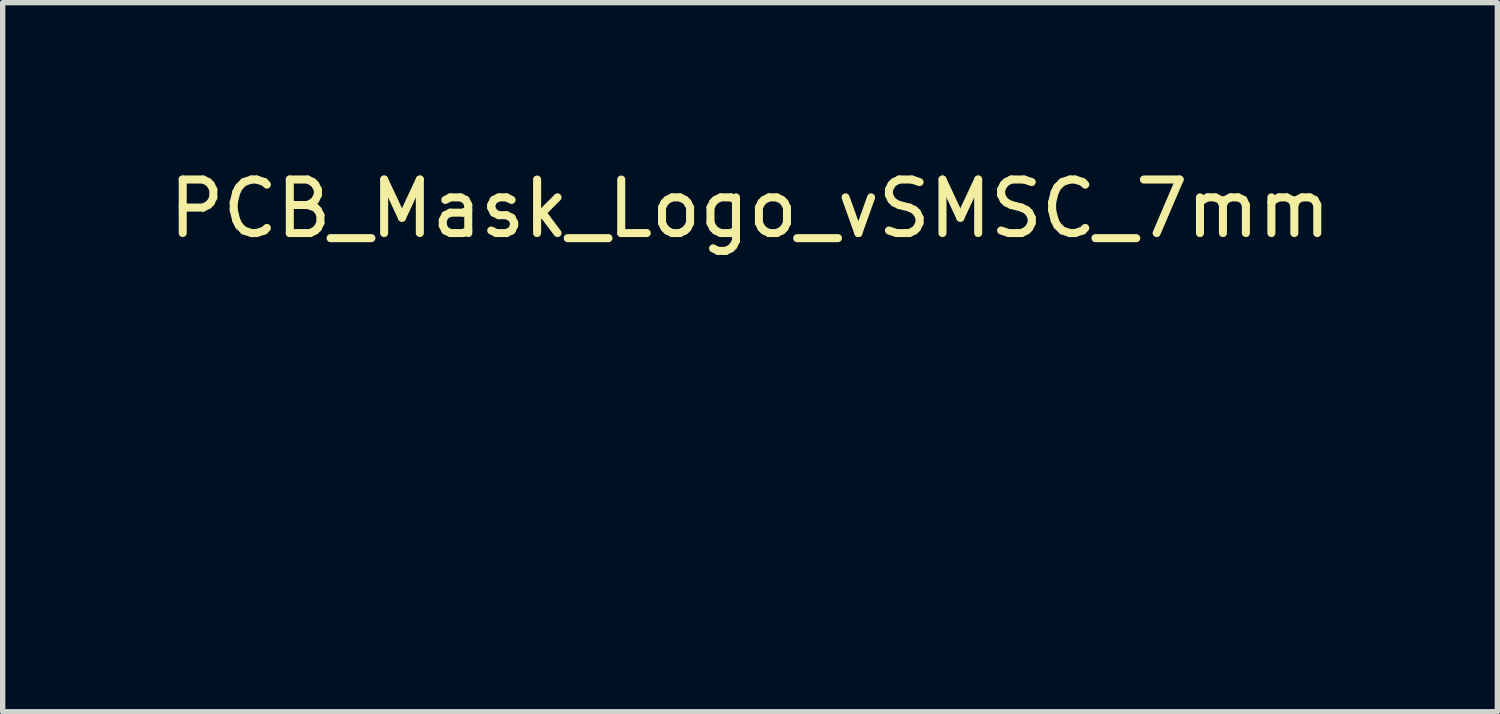
<source format=kicad_pcb>
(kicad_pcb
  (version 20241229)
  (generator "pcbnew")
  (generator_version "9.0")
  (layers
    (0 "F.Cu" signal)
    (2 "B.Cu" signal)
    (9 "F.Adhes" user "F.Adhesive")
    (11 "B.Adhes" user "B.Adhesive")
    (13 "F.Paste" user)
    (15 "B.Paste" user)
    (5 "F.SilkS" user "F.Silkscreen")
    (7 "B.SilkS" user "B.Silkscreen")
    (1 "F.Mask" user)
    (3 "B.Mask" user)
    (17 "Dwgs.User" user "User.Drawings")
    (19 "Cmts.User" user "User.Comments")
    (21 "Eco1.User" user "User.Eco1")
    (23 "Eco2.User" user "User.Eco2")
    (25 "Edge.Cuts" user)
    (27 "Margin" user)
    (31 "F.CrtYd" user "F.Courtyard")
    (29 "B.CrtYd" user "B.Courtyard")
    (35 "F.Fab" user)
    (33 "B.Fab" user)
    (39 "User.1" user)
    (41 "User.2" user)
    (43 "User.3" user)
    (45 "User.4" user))
  (footprint "PCB_Mask_Logo_vSMSC_7mm"
    (layer "F.Cu")
    (at 10.788 3.798)
    (property "Reference" "PCB_Mask_Logo_vSMSC_7mm" (at 0.17 -2.95 0) (unlocked yes) (layer "F.SilkS") (effects (font (size 1 1) (thickness 0.15))))
    (attr exclude_from_pos_files exclude_from_bom)
    (fp_poly (pts (xy -0.025 0.175) (xy 0.143 0.273) (xy 0.143 -0.253) (xy -0.32 0.002)) (stroke (width 0) (type solid)) (fill yes) (layer "F.Mask"))
    (fp_poly (pts (xy 0.152 2.39) (xy 1.98 1.333) (xy 1.985 0.803) (xy -0.315 2.124)) (stroke (width 0) (type solid)) (fill yes) (layer "F.Mask"))
    (fp_poly (pts (xy 1.781 3.331) (xy 1.985 3.446) (xy 1.982 2.928) (xy 1.531 3.185)) (stroke (width 0) (type solid)) (fill yes) (layer "F.Mask"))
    (fp_poly (pts (xy 1.526 2.663) (xy 1.986 2.398) (xy 1.986 1.859) (xy 0.602 2.66) (xy 1.066 2.928)) (stroke (width 0) (type solid)) (fill yes) (layer "F.Mask"))
    (fp_poly (pts (xy -3.18 0.474) (xy -0.769 1.862) (xy -0.322 1.604) (xy -3.072 0.003) (xy 1.514 -2.634) (xy 1.525 0.535) (xy 1.98 0.261) (xy 1.977 -3.439) (xy 0.97 -2.871) (xy -3.997 0.000066)) (stroke (width 0) (type solid)) (fill yes) (layer "F.Mask"))
    (fp_poly (pts (xy 0.143 1.337) (xy 1.062 0.793) (xy 1.065 -1.85) (xy -1.689 -0.27) (xy -1.221 0.001) (xy 0.596 -1.037) (xy 0.593 1.04) (xy -0.994 0.136) (xy -1.689 -0.27) (xy -2.156 0.000041)) (stroke (width 0) (type solid)) (fill yes) (layer "F.Mask")))
  (gr_rect
    (start -3 -3)
    (end 24.917 10.244)
    (stroke (width 0.1) (type default))
    (fill no)
    (layer "Edge.Cuts")))
</source>
